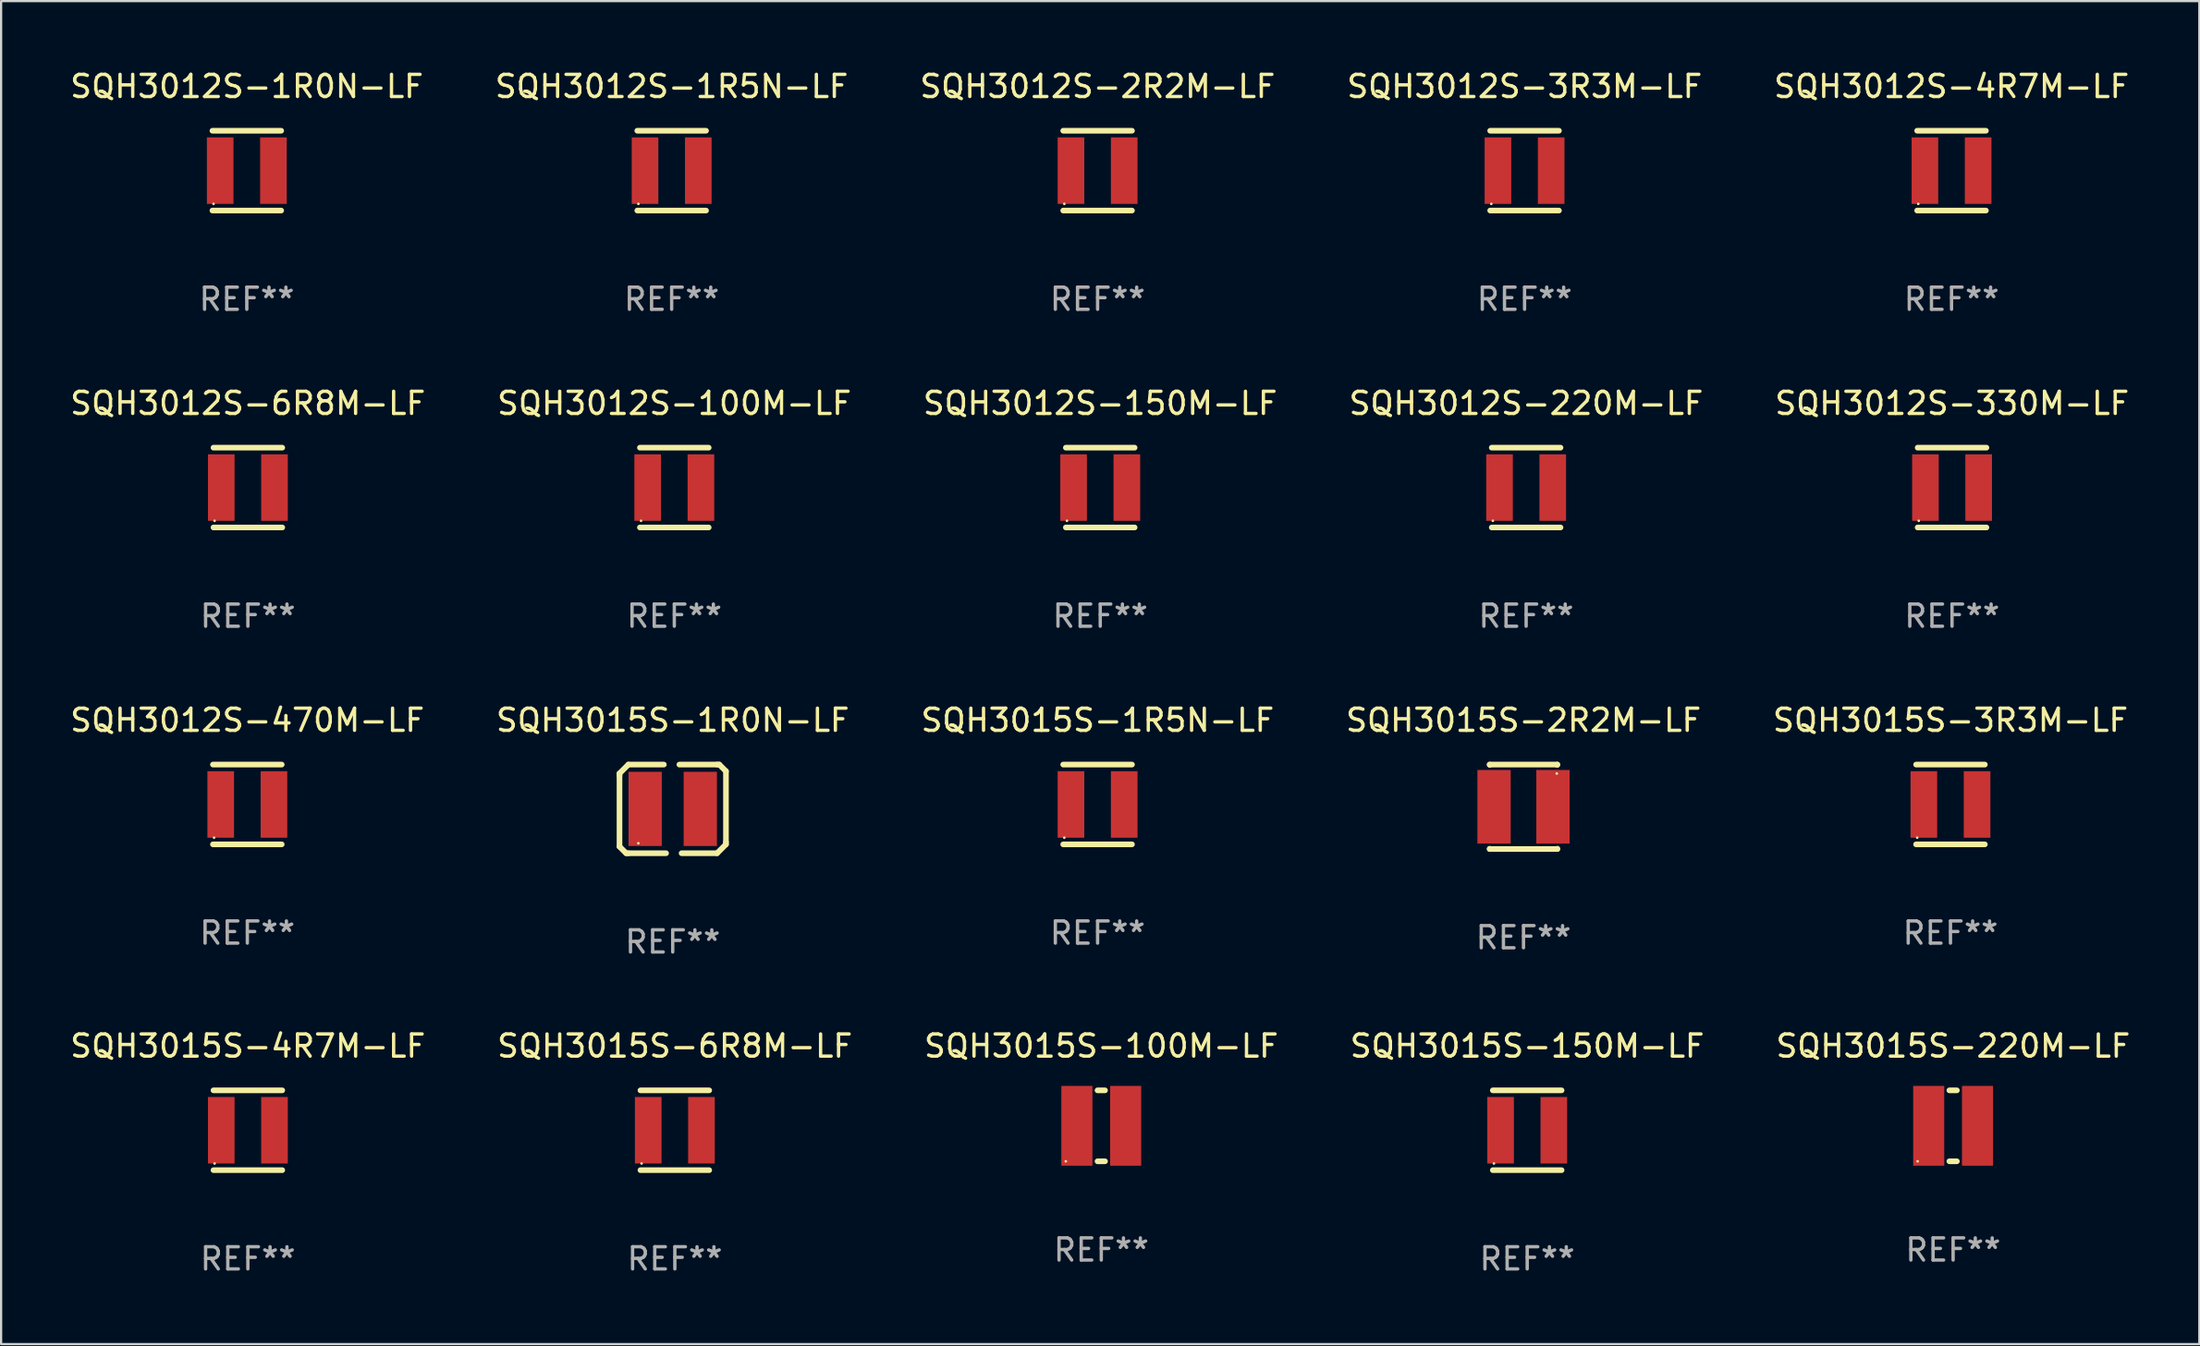
<source format=kicad_pcb>
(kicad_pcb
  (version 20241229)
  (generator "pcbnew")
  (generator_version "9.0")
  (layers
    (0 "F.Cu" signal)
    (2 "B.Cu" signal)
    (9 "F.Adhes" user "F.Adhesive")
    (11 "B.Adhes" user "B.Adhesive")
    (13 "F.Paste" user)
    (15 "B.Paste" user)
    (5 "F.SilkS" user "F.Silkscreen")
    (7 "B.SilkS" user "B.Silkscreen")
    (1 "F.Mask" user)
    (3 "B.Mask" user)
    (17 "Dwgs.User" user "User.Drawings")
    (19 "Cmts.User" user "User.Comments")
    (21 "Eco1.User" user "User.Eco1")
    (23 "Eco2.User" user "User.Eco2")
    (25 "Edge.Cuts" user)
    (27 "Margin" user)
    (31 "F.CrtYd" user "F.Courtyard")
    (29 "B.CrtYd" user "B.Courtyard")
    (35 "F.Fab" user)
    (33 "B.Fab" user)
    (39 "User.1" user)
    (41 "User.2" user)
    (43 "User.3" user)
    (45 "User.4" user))
  (footprint "SQH3015S-100M-LF"
    (layer "F.Cu")
    (at 46.601 47.738)
    (property "Reference" "SQH3015S-100M-LF" (at 0 -3.6 0) (layer "F.SilkS") (effects (font (size 1 1) (thickness 0.15))))
    (attr through_hole)
    (fp_line (start -0.169 -1.6) (end 0.169 -1.6) (stroke (width 0.254) (type solid)) (layer "F.SilkS"))
    (fp_line (start -0.169 1.6) (end 0.169 1.6) (stroke (width 0.254) (type solid)) (layer "F.SilkS"))
    (fp_circle (center -1.6 1.6) (end -1.57 1.6) (stroke (width 0.06) (type solid)) (fill no) (layer "F.SilkS"))
    (fp_text user "REF**" (at 0 5.6 0) (layer "F.Fab") (effects (font (size 1 1) (thickness 0.15))))
    (pad "1" smd rect (at -1.1 0) (size 1.4 3.6) (layers "F.Cu" "F.Mask" "F.Paste"))
    (pad "2" smd rect (at 1.1 0) (size 1.4 3.6) (layers "F.Cu" "F.Mask" "F.Paste")))
  (footprint "SQH3015S-1R0N-LF"
    (layer "F.Cu")
    (at 27.28 33.441)
    (property "Reference" "SQH3015S-1R0N-LF" (at 0 -4 0) (layer "F.SilkS") (effects (font (size 1 1) (thickness 0.15))))
    (attr through_hole)
    (fp_line (start -2.4 -1.6) (end -2 -2) (stroke (width 0.254) (type solid)) (layer "F.SilkS"))
    (fp_line (start -2.4 -1.5) (end -2.4 -1.6) (stroke (width 0.254) (type solid)) (layer "F.SilkS"))
    (fp_line (start -2.4 1.7) (end -2.4 -1.5) (stroke (width 0.254) (type solid)) (layer "F.SilkS"))
    (fp_line (start -2.1 2) (end -2.4 1.7) (stroke (width 0.254) (type solid)) (layer "F.SilkS"))
    (fp_line (start -2 -2) (end -0.4 -2) (stroke (width 0.254) (type solid)) (layer "F.SilkS"))
    (fp_line (start -2 2) (end -2.1 2) (stroke (width 0.254) (type solid)) (layer "F.SilkS"))
    (fp_line (start -0.3 2) (end -2 2) (stroke (width 0.254) (type solid)) (layer "F.SilkS"))
    (fp_line (start 0.3 -2) (end 2 -2) (stroke (width 0.254) (type solid)) (layer "F.SilkS"))
    (fp_line (start 2 -2) (end 2.1 -2) (stroke (width 0.254) (type solid)) (layer "F.SilkS"))
    (fp_line (start 2 2) (end 0.4 2) (stroke (width 0.254) (type solid)) (layer "F.SilkS"))
    (fp_line (start 2.1 -2) (end 2.4 -1.7) (stroke (width 0.254) (type solid)) (layer "F.SilkS"))
    (fp_line (start 2.4 -1.7) (end 2.4 1.5) (stroke (width 0.254) (type solid)) (layer "F.SilkS"))
    (fp_line (start 2.4 1.5) (end 2.4 1.6) (stroke (width 0.254) (type solid)) (layer "F.SilkS"))
    (fp_line (start 2.4 1.6) (end 2 2) (stroke (width 0.254) (type solid)) (layer "F.SilkS"))
    (fp_circle (center -1.55 1.55) (end -1.52 1.55) (stroke (width 0.06) (type solid)) (fill no) (layer "F.SilkS"))
    (fp_text user "REF**" (at 0 6 0) (layer "F.Fab") (effects (font (size 1 1) (thickness 0.15))))
    (pad "1" smd rect (at -1.243 0) (size 1.5 3.348) (layers "F.Cu" "F.Mask" "F.Paste"))
    (pad "2" smd rect (at 1.243 0) (size 1.5 3.348) (layers "F.Cu" "F.Mask" "F.Paste")))
  (footprint "SQH3012S-1R5N-LF"
    (layer "F.Cu")
    (at 27.232 4.648)
    (property "Reference" "SQH3012S-1R5N-LF" (at 0 -3.8 0) (layer "F.SilkS") (effects (font (size 1 1) (thickness 0.15))))
    (attr through_hole)
    (fp_line (start -1.55 -1.8) (end 1.55 -1.8) (stroke (width 0.254) (type solid)) (layer "F.SilkS"))
    (fp_line (start -1.55 1.8) (end 1.55 1.8) (stroke (width 0.254) (type solid)) (layer "F.SilkS"))
    (fp_circle (center -1.5 1.5) (end -1.47 1.5) (stroke (width 0.06) (type solid)) (fill no) (layer "F.SilkS"))
    (fp_text user "REF**" (at 0 5.8 0) (layer "F.Fab") (effects (font (size 1 1) (thickness 0.15))))
    (pad "1" smd rect (at -1.2 0 90) (size 3 1.2) (layers "F.Cu" "F.Mask" "F.Paste"))
    (pad "2" smd rect (at 1.2 0 90) (size 3 1.2) (layers "F.Cu" "F.Mask" "F.Paste")))
  (footprint "SQH3012S-100M-LF"
    (layer "F.Cu")
    (at 27.351 18.945)
    (property "Reference" "SQH3012S-100M-LF" (at 0 -3.8 0) (layer "F.SilkS") (effects (font (size 1 1) (thickness 0.15))))
    (attr through_hole)
    (fp_line (start -1.55 -1.8) (end 1.55 -1.8) (stroke (width 0.254) (type solid)) (layer "F.SilkS"))
    (fp_line (start -1.55 1.8) (end 1.55 1.8) (stroke (width 0.254) (type solid)) (layer "F.SilkS"))
    (fp_circle (center -1.5 1.5) (end -1.47 1.5) (stroke (width 0.06) (type solid)) (fill no) (layer "F.SilkS"))
    (fp_text user "REF**" (at 0 5.8 0) (layer "F.Fab") (effects (font (size 1 1) (thickness 0.15))))
    (pad "1" smd rect (at -1.2 0 90) (size 3 1.2) (layers "F.Cu" "F.Mask" "F.Paste"))
    (pad "2" smd rect (at 1.2 0 90) (size 3 1.2) (layers "F.Cu" "F.Mask" "F.Paste")))
  (footprint "SQH3012S-220M-LF"
    (layer "F.Cu")
    (at 65.756 18.945)
    (property "Reference" "SQH3012S-220M-LF" (at 0 -3.8 0) (layer "F.SilkS") (effects (font (size 1 1) (thickness 0.15))))
    (attr through_hole)
    (fp_line (start -1.55 -1.8) (end 1.55 -1.8) (stroke (width 0.254) (type solid)) (layer "F.SilkS"))
    (fp_line (start -1.55 1.8) (end 1.55 1.8) (stroke (width 0.254) (type solid)) (layer "F.SilkS"))
    (fp_circle (center -1.5 1.5) (end -1.47 1.5) (stroke (width 0.06) (type solid)) (fill no) (layer "F.SilkS"))
    (fp_text user "REF**" (at 0 5.8 0) (layer "F.Fab") (effects (font (size 1 1) (thickness 0.15))))
    (pad "1" smd rect (at -1.2 0 90) (size 3 1.2) (layers "F.Cu" "F.Mask" "F.Paste"))
    (pad "2" smd rect (at 1.2 0 90) (size 3 1.2) (layers "F.Cu" "F.Mask" "F.Paste")))
  (footprint "SQH3012S-3R3M-LF"
    (layer "F.Cu")
    (at 65.685 4.648)
    (property "Reference" "SQH3012S-3R3M-LF" (at 0 -3.8 0) (layer "F.SilkS") (effects (font (size 1 1) (thickness 0.15))))
    (attr through_hole)
    (fp_line (start -1.55 -1.8) (end 1.55 -1.8) (stroke (width 0.254) (type solid)) (layer "F.SilkS"))
    (fp_line (start -1.55 1.8) (end 1.55 1.8) (stroke (width 0.254) (type solid)) (layer "F.SilkS"))
    (fp_circle (center -1.5 1.5) (end -1.47 1.5) (stroke (width 0.06) (type solid)) (fill no) (layer "F.SilkS"))
    (fp_text user "REF**" (at 0 5.8 0) (layer "F.Fab") (effects (font (size 1 1) (thickness 0.15))))
    (pad "1" smd rect (at -1.2 0 90) (size 3 1.2) (layers "F.Cu" "F.Mask" "F.Paste"))
    (pad "2" smd rect (at 1.2 0 90) (size 3 1.2) (layers "F.Cu" "F.Mask" "F.Paste")))
  (footprint "SQH3012S-470M-LF"
    (layer "F.Cu")
    (at 8.101 33.241)
    (property "Reference" "SQH3012S-470M-LF" (at 0 -3.8 0) (layer "F.SilkS") (effects (font (size 1 1) (thickness 0.15))))
    (attr through_hole)
    (fp_line (start -1.55 -1.8) (end 1.55 -1.8) (stroke (width 0.254) (type solid)) (layer "F.SilkS"))
    (fp_line (start -1.55 1.8) (end 1.55 1.8) (stroke (width 0.254) (type solid)) (layer "F.SilkS"))
    (fp_circle (center -1.5 1.5) (end -1.47 1.5) (stroke (width 0.06) (type solid)) (fill no) (layer "F.SilkS"))
    (fp_text user "REF**" (at 0 5.8 0) (layer "F.Fab") (effects (font (size 1 1) (thickness 0.15))))
    (pad "1" smd rect (at -1.2 0 90) (size 3 1.2) (layers "F.Cu" "F.Mask" "F.Paste"))
    (pad "2" smd rect (at 1.2 0 90) (size 3 1.2) (layers "F.Cu" "F.Mask" "F.Paste")))
  (footprint "SQH3015S-150M-LF"
    (layer "F.Cu")
    (at 65.804 47.938)
    (property "Reference" "SQH3015S-150M-LF" (at 0 -3.8 0) (layer "F.SilkS") (effects (font (size 1 1) (thickness 0.15))))
    (attr through_hole)
    (fp_line (start -1.55 -1.8) (end 1.55 -1.8) (stroke (width 0.254) (type solid)) (layer "F.SilkS"))
    (fp_line (start -1.55 1.8) (end 1.55 1.8) (stroke (width 0.254) (type solid)) (layer "F.SilkS"))
    (fp_circle (center -1.5 1.5) (end -1.47 1.5) (stroke (width 0.06) (type solid)) (fill no) (layer "F.SilkS"))
    (fp_text user "REF**" (at 0 5.8 0) (layer "F.Fab") (effects (font (size 1 1) (thickness 0.15))))
    (pad "1" smd rect (at -1.2 0 90) (size 3 1.2) (layers "F.Cu" "F.Mask" "F.Paste"))
    (pad "2" smd rect (at 1.2 0 90) (size 3 1.2) (layers "F.Cu" "F.Mask" "F.Paste")))
  (footprint "SQH3015S-6R8M-LF"
    (layer "F.Cu")
    (at 27.375 47.938)
    (property "Reference" "SQH3015S-6R8M-LF" (at 0 -3.8 0) (layer "F.SilkS") (effects (font (size 1 1) (thickness 0.15))))
    (attr through_hole)
    (fp_line (start -1.55 -1.8) (end 1.55 -1.8) (stroke (width 0.254) (type solid)) (layer "F.SilkS"))
    (fp_line (start -1.55 1.8) (end 1.55 1.8) (stroke (width 0.254) (type solid)) (layer "F.SilkS"))
    (fp_circle (center -1.5 1.5) (end -1.47 1.5) (stroke (width 0.06) (type solid)) (fill no) (layer "F.SilkS"))
    (fp_text user "REF**" (at 0 5.8 0) (layer "F.Fab") (effects (font (size 1 1) (thickness 0.15))))
    (pad "1" smd rect (at -1.2 0 90) (size 3 1.2) (layers "F.Cu" "F.Mask" "F.Paste"))
    (pad "2" smd rect (at 1.2 0 90) (size 3 1.2) (layers "F.Cu" "F.Mask" "F.Paste")))
  (footprint "SQH3012S-2R2M-LF"
    (layer "F.Cu")
    (at 46.435 4.648)
    (property "Reference" "SQH3012S-2R2M-LF" (at 0 -3.8 0) (layer "F.SilkS") (effects (font (size 1 1) (thickness 0.15))))
    (attr through_hole)
    (fp_line (start -1.55 -1.8) (end 1.55 -1.8) (stroke (width 0.254) (type solid)) (layer "F.SilkS"))
    (fp_line (start -1.55 1.8) (end 1.55 1.8) (stroke (width 0.254) (type solid)) (layer "F.SilkS"))
    (fp_circle (center -1.5 1.5) (end -1.47 1.5) (stroke (width 0.06) (type solid)) (fill no) (layer "F.SilkS"))
    (fp_text user "REF**" (at 0 5.8 0) (layer "F.Fab") (effects (font (size 1 1) (thickness 0.15))))
    (pad "1" smd rect (at -1.2 0 90) (size 3 1.2) (layers "F.Cu" "F.Mask" "F.Paste"))
    (pad "2" smd rect (at 1.2 0 90) (size 3 1.2) (layers "F.Cu" "F.Mask" "F.Paste")))
  (footprint "SQH3015S-3R3M-LF"
    (layer "F.Cu")
    (at 84.887 33.241)
    (property "Reference" "SQH3015S-3R3M-LF" (at 0 -3.8 0) (layer "F.SilkS") (effects (font (size 1 1) (thickness 0.15))))
    (attr through_hole)
    (fp_line (start -1.55 -1.8) (end 1.55 -1.8) (stroke (width 0.254) (type solid)) (layer "F.SilkS"))
    (fp_line (start -1.55 1.8) (end 1.55 1.8) (stroke (width 0.254) (type solid)) (layer "F.SilkS"))
    (fp_circle (center -1.5 1.5) (end -1.47 1.5) (stroke (width 0.06) (type solid)) (fill no) (layer "F.SilkS"))
    (fp_text user "REF**" (at 0 5.8 0) (layer "F.Fab") (effects (font (size 1 1) (thickness 0.15))))
    (pad "1" smd rect (at -1.2 0 90) (size 3 1.2) (layers "F.Cu" "F.Mask" "F.Paste"))
    (pad "2" smd rect (at 1.2 0 90) (size 3 1.2) (layers "F.Cu" "F.Mask" "F.Paste")))
  (footprint "SQH3015S-4R7M-LF"
    (layer "F.Cu")
    (at 8.125 47.938)
    (property "Reference" "SQH3015S-4R7M-LF" (at 0 -3.8 0) (layer "F.SilkS") (effects (font (size 1 1) (thickness 0.15))))
    (attr through_hole)
    (fp_line (start -1.55 -1.8) (end 1.55 -1.8) (stroke (width 0.254) (type solid)) (layer "F.SilkS"))
    (fp_line (start -1.55 1.8) (end 1.55 1.8) (stroke (width 0.254) (type solid)) (layer "F.SilkS"))
    (fp_circle (center -1.5 1.5) (end -1.47 1.5) (stroke (width 0.06) (type solid)) (fill no) (layer "F.SilkS"))
    (fp_text user "REF**" (at 0 5.8 0) (layer "F.Fab") (effects (font (size 1 1) (thickness 0.15))))
    (pad "1" smd rect (at -1.2 0 90) (size 3 1.2) (layers "F.Cu" "F.Mask" "F.Paste"))
    (pad "2" smd rect (at 1.2 0 90) (size 3 1.2) (layers "F.Cu" "F.Mask" "F.Paste")))
  (footprint "SQH3012S-4R7M-LF"
    (layer "F.Cu")
    (at 84.935 4.648)
    (property "Reference" "SQH3012S-4R7M-LF" (at 0 -3.8 0) (layer "F.SilkS") (effects (font (size 1 1) (thickness 0.15))))
    (attr through_hole)
    (fp_line (start -1.55 -1.8) (end 1.55 -1.8) (stroke (width 0.254) (type solid)) (layer "F.SilkS"))
    (fp_line (start -1.55 1.8) (end 1.55 1.8) (stroke (width 0.254) (type solid)) (layer "F.SilkS"))
    (fp_circle (center -1.5 1.5) (end -1.47 1.5) (stroke (width 0.06) (type solid)) (fill no) (layer "F.SilkS"))
    (fp_text user "REF**" (at 0 5.8 0) (layer "F.Fab") (effects (font (size 1 1) (thickness 0.15))))
    (pad "1" smd rect (at -1.2 0 90) (size 3 1.2) (layers "F.Cu" "F.Mask" "F.Paste"))
    (pad "2" smd rect (at 1.2 0 90) (size 3 1.2) (layers "F.Cu" "F.Mask" "F.Paste")))
  (footprint "SQH3012S-150M-LF"
    (layer "F.Cu")
    (at 46.554 18.945)
    (property "Reference" "SQH3012S-150M-LF" (at 0 -3.8 0) (layer "F.SilkS") (effects (font (size 1 1) (thickness 0.15))))
    (attr through_hole)
    (fp_line (start -1.55 -1.8) (end 1.55 -1.8) (stroke (width 0.254) (type solid)) (layer "F.SilkS"))
    (fp_line (start -1.55 1.8) (end 1.55 1.8) (stroke (width 0.254) (type solid)) (layer "F.SilkS"))
    (fp_circle (center -1.5 1.5) (end -1.47 1.5) (stroke (width 0.06) (type solid)) (fill no) (layer "F.SilkS"))
    (fp_text user "REF**" (at 0 5.8 0) (layer "F.Fab") (effects (font (size 1 1) (thickness 0.15))))
    (pad "1" smd rect (at -1.2 0 90) (size 3 1.2) (layers "F.Cu" "F.Mask" "F.Paste"))
    (pad "2" smd rect (at 1.2 0 90) (size 3 1.2) (layers "F.Cu" "F.Mask" "F.Paste")))
  (footprint "SQH3015S-2R2M-LF"
    (layer "F.Cu")
    (at 65.637 33.346)
    (property "Reference" "SQH3015S-2R2M-LF" (at 0 -3.905 0) (layer "F.SilkS") (effects (font (size 1 1) (thickness 0.15))))
    (attr through_hole)
    (fp_line (start -1.524 -1.905) (end 1.524 -1.905) (stroke (width 0.254) (type solid)) (layer "F.SilkS"))
    (fp_line (start -1.524 -1.891) (end -1.524 -1.905) (stroke (width 0.254) (type solid)) (layer "F.SilkS"))
    (fp_line (start -1.524 1.905) (end -1.524 1.891) (stroke (width 0.254) (type solid)) (layer "F.SilkS"))
    (fp_line (start -1.524 1.905) (end 1.524 1.905) (stroke (width 0.254) (type solid)) (layer "F.SilkS"))
    (fp_line (start 1.524 -1.905) (end 1.524 -1.891) (stroke (width 0.254) (type solid)) (layer "F.SilkS"))
    (fp_line (start 1.524 1.891) (end 1.524 1.905) (stroke (width 0.254) (type solid)) (layer "F.SilkS"))
    (fp_circle (center 1.5 -1.5) (end 1.53 -1.5) (stroke (width 0.06) (type solid)) (fill no) (layer "F.SilkS"))
    (fp_text user "REF**" (at 0 5.905 0) (layer "F.Fab") (effects (font (size 1 1) (thickness 0.15))))
    (pad "1" smd rect (at 1.328 0) (size 1.5 3.32) (layers "F.Cu" "F.Mask" "F.Paste"))
    (pad "2" smd rect (at -1.328 0) (size 1.5 3.32) (layers "F.Cu" "F.Mask" "F.Paste")))
  (footprint "SQH3012S-330M-LF"
    (layer "F.Cu")
    (at 84.958 18.945)
    (property "Reference" "SQH3012S-330M-LF" (at 0 -3.8 0) (layer "F.SilkS") (effects (font (size 1 1) (thickness 0.15))))
    (attr through_hole)
    (fp_line (start -1.55 -1.8) (end 1.55 -1.8) (stroke (width 0.254) (type solid)) (layer "F.SilkS"))
    (fp_line (start -1.55 1.8) (end 1.55 1.8) (stroke (width 0.254) (type solid)) (layer "F.SilkS"))
    (fp_circle (center -1.5 1.5) (end -1.47 1.5) (stroke (width 0.06) (type solid)) (fill no) (layer "F.SilkS"))
    (fp_text user "REF**" (at 0 5.8 0) (layer "F.Fab") (effects (font (size 1 1) (thickness 0.15))))
    (pad "1" smd rect (at -1.2 0 90) (size 3 1.2) (layers "F.Cu" "F.Mask" "F.Paste"))
    (pad "2" smd rect (at 1.2 0 90) (size 3 1.2) (layers "F.Cu" "F.Mask" "F.Paste")))
  (footprint "SQH3012S-1R0N-LF"
    (layer "F.Cu")
    (at 8.077 4.648)
    (property "Reference" "SQH3012S-1R0N-LF" (at 0 -3.8 0) (layer "F.SilkS") (effects (font (size 1 1) (thickness 0.15))))
    (attr through_hole)
    (fp_line (start -1.55 -1.8) (end 1.55 -1.8) (stroke (width 0.254) (type solid)) (layer "F.SilkS"))
    (fp_line (start -1.55 1.8) (end 1.55 1.8) (stroke (width 0.254) (type solid)) (layer "F.SilkS"))
    (fp_circle (center -1.5 1.5) (end -1.47 1.5) (stroke (width 0.06) (type solid)) (fill no) (layer "F.SilkS"))
    (fp_text user "REF**" (at 0 5.8 0) (layer "F.Fab") (effects (font (size 1 1) (thickness 0.15))))
    (pad "1" smd rect (at -1.2 0 90) (size 3 1.2) (layers "F.Cu" "F.Mask" "F.Paste"))
    (pad "2" smd rect (at 1.2 0 90) (size 3 1.2) (layers "F.Cu" "F.Mask" "F.Paste")))
  (footprint "SQH3015S-220M-LF"
    (layer "F.Cu")
    (at 85.006 47.738)
    (property "Reference" "SQH3015S-220M-LF" (at 0 -3.6 0) (layer "F.SilkS") (effects (font (size 1 1) (thickness 0.15))))
    (attr through_hole)
    (fp_line (start -0.169 -1.6) (end 0.169 -1.6) (stroke (width 0.254) (type solid)) (layer "F.SilkS"))
    (fp_line (start -0.169 1.6) (end 0.169 1.6) (stroke (width 0.254) (type solid)) (layer "F.SilkS"))
    (fp_circle (center -1.6 1.6) (end -1.57 1.6) (stroke (width 0.06) (type solid)) (fill no) (layer "F.SilkS"))
    (fp_text user "REF**" (at 0 5.6 0) (layer "F.Fab") (effects (font (size 1 1) (thickness 0.15))))
    (pad "1" smd rect (at -1.1 0) (size 1.4 3.6) (layers "F.Cu" "F.Mask" "F.Paste"))
    (pad "2" smd rect (at 1.1 0) (size 1.4 3.6) (layers "F.Cu" "F.Mask" "F.Paste")))
  (footprint "SQH3012S-6R8M-LF"
    (layer "F.Cu")
    (at 8.125 18.945)
    (property "Reference" "SQH3012S-6R8M-LF" (at 0 -3.8 0) (layer "F.SilkS") (effects (font (size 1 1) (thickness 0.15))))
    (attr through_hole)
    (fp_line (start -1.55 -1.8) (end 1.55 -1.8) (stroke (width 0.254) (type solid)) (layer "F.SilkS"))
    (fp_line (start -1.55 1.8) (end 1.55 1.8) (stroke (width 0.254) (type solid)) (layer "F.SilkS"))
    (fp_circle (center -1.5 1.5) (end -1.47 1.5) (stroke (width 0.06) (type solid)) (fill no) (layer "F.SilkS"))
    (fp_text user "REF**" (at 0 5.8 0) (layer "F.Fab") (effects (font (size 1 1) (thickness 0.15))))
    (pad "1" smd rect (at -1.2 0 90) (size 3 1.2) (layers "F.Cu" "F.Mask" "F.Paste"))
    (pad "2" smd rect (at 1.2 0 90) (size 3 1.2) (layers "F.Cu" "F.Mask" "F.Paste")))
  (footprint "SQH3015S-1R5N-LF"
    (layer "F.Cu")
    (at 46.435 33.241)
    (property "Reference" "SQH3015S-1R5N-LF" (at 0 -3.8 0) (layer "F.SilkS") (effects (font (size 1 1) (thickness 0.15))))
    (attr through_hole)
    (fp_line (start -1.55 -1.8) (end 1.55 -1.8) (stroke (width 0.254) (type solid)) (layer "F.SilkS"))
    (fp_line (start -1.55 1.8) (end 1.55 1.8) (stroke (width 0.254) (type solid)) (layer "F.SilkS"))
    (fp_circle (center -1.5 1.5) (end -1.47 1.5) (stroke (width 0.06) (type solid)) (fill no) (layer "F.SilkS"))
    (fp_text user "REF**" (at 0 5.8 0) (layer "F.Fab") (effects (font (size 1 1) (thickness 0.15))))
    (pad "1" smd rect (at -1.2 0 90) (size 3 1.2) (layers "F.Cu" "F.Mask" "F.Paste"))
    (pad "2" smd rect (at 1.2 0 90) (size 3 1.2) (layers "F.Cu" "F.Mask" "F.Paste")))
  (gr_rect
    (start -3 -3)
    (end 96.107 57.586)
    (stroke (width 0.1) (type default))
    (fill no)
    (layer "Edge.Cuts")))
</source>
